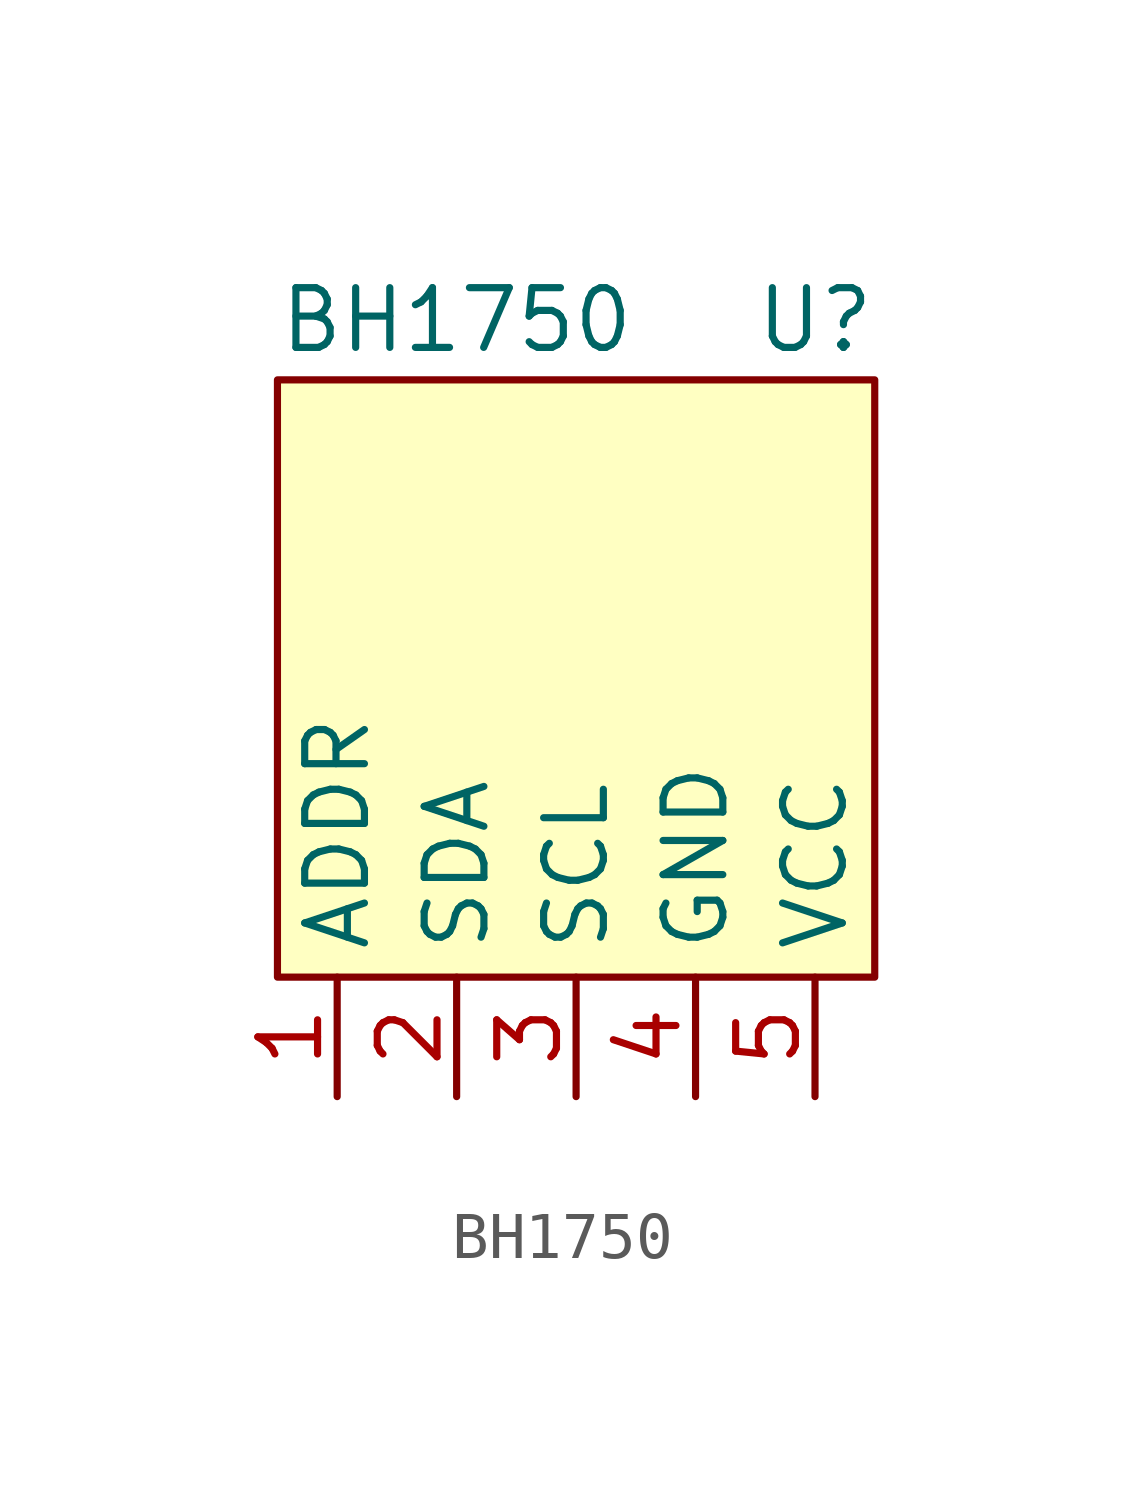
<source format=kicad_sym>
(kicad_symbol_lib
  (version 20211014)
  (generator kicad_symbol_editor)
  (symbol "BH1750"
    (property "Reference" "U"
      (at 2.54 -1.27 0)
      (effects (font (size 1.27 1.27))))
    (property "Value" "BH1750"
      (at -5.08 -1.27 0)
      (effects (font (size 1.27 1.27))))
    (symbol "BH1750_0_1"
      (rectangle (start -8.89 -2.54) (end 3.81 -15.24) (stroke (width 0) (type default) (color 0 0 0 0)) (fill (type background))))
    (symbol "BH1750_1_1"
      (pin input line (at -7.62 -17.78 90) (length 2.54) (name "ADDR" (effects (font (size 1.27 1.27)))) (number "1" (effects (font (size 1.27 1.27)))))
      (pin bidirectional line (at -5.08 -17.78 90) (length 2.54) (name "SDA" (effects (font (size 1.27 1.27)))) (number "2" (effects (font (size 1.27 1.27)))))
      (pin bidirectional line (at -2.54 -17.78 90) (length 2.54) (name "SCL" (effects (font (size 1.27 1.27)))) (number "3" (effects (font (size 1.27 1.27)))))
      (pin power_in line (at 0 -17.78 90) (length 2.54) (name "GND" (effects (font (size 1.27 1.27)))) (number "4" (effects (font (size 1.27 1.27)))))
      (pin power_in line (at 2.54 -17.78 90) (length 2.54) (name "VCC" (effects (font (size 1.27 1.27)))) (number "5" (effects (font (size 1.27 1.27))))))))
</source>
